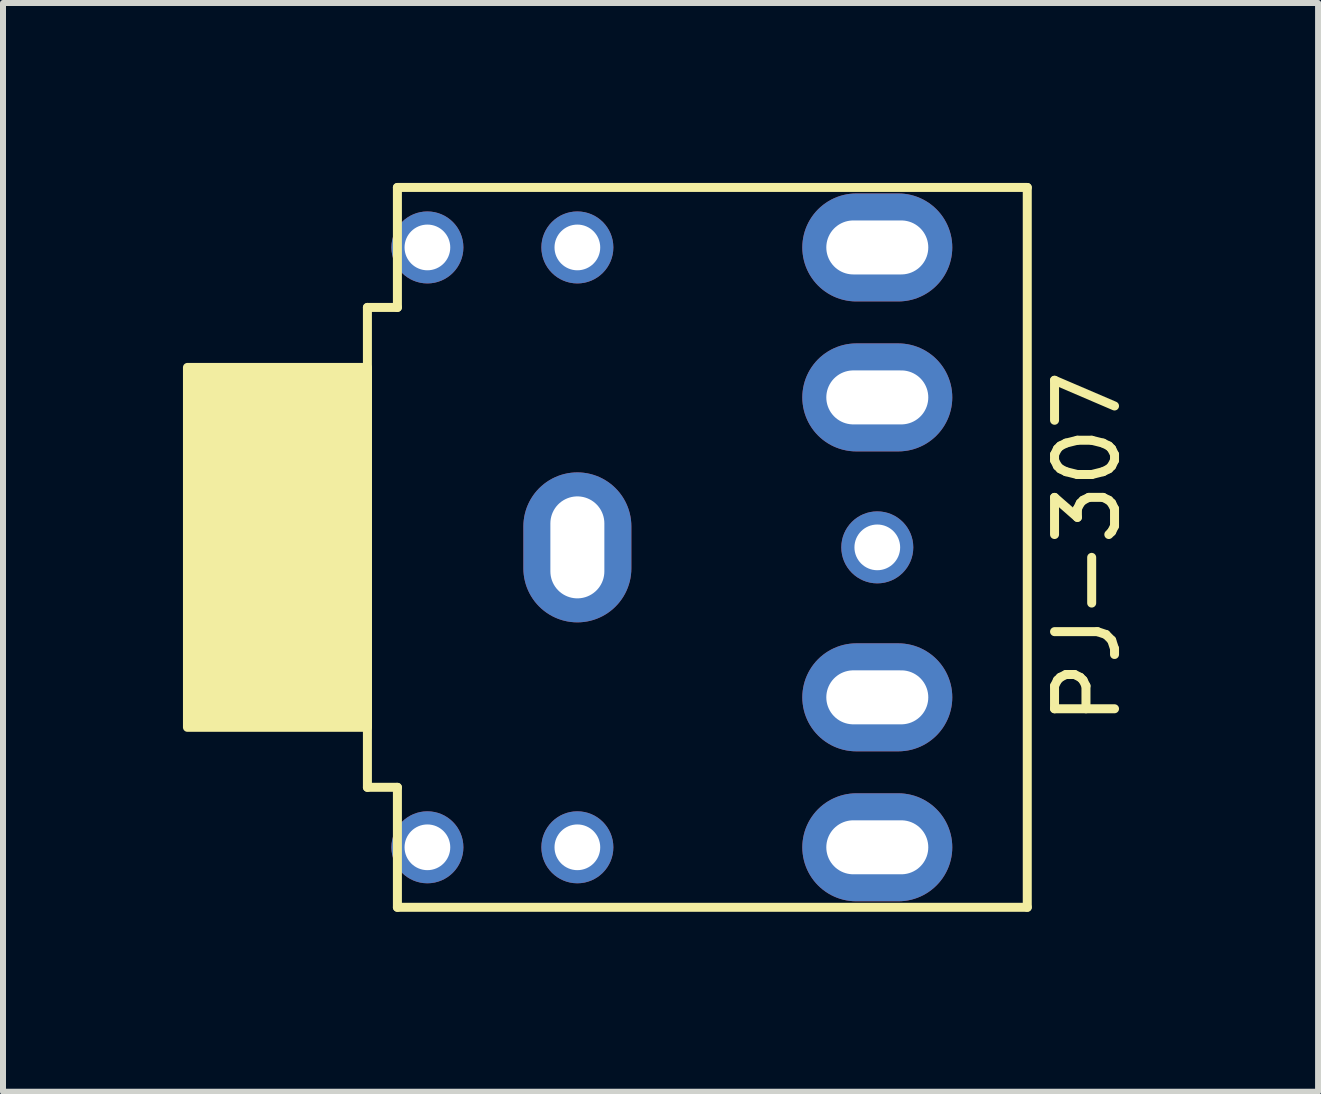
<source format=kicad_pcb>
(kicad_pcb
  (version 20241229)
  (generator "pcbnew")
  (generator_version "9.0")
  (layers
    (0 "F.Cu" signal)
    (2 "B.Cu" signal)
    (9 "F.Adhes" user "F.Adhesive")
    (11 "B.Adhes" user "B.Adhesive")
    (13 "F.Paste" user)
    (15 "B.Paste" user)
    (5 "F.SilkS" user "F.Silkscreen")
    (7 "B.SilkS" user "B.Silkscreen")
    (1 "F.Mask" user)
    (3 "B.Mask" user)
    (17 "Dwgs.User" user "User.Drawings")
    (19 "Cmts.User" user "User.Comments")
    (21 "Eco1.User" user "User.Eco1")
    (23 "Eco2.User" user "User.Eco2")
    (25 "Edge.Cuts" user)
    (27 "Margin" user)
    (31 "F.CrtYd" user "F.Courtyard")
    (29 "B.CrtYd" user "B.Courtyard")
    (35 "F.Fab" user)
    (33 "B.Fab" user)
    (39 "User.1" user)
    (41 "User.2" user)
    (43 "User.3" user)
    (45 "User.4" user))
  (footprint "PJ-307"
    (layer "F.Cu")
    (at 9.575 6.075)
    (property "Reference" "PJ-307" (at 5.5 0 270) (layer "F.SilkS") (effects (font (size 1 1) (thickness 0.15))))
    (attr through_hole)
    (fp_line (start -6.5 4) (end -6.5 -4) (stroke (width 0.15) (type solid)) (layer "F.SilkS"))
    (fp_line (start -6 -6) (end -6 -4) (stroke (width 0.15) (type solid)) (layer "F.SilkS"))
    (fp_line (start -6 -6) (end 4.5 -6) (stroke (width 0.15) (type solid)) (layer "F.SilkS"))
    (fp_line (start -6 -4) (end -6.5 -4) (stroke (width 0.15) (type solid)) (layer "F.SilkS"))
    (fp_line (start -6 4) (end -6.5 4) (stroke (width 0.15) (type solid)) (layer "F.SilkS"))
    (fp_line (start -6 6) (end -6 4) (stroke (width 0.15) (type solid)) (layer "F.SilkS"))
    (fp_line (start 4.5 -6) (end 4.5 6) (stroke (width 0.15) (type solid)) (layer "F.SilkS"))
    (fp_line (start 4.5 6) (end -6 6) (stroke (width 0.15) (type solid)) (layer "F.SilkS"))
    (fp_poly (pts (xy -6.5 -3) (xy -6.5 3) (xy -9.5 3) (xy -9.5 -3)) (stroke (width 0.15) (type solid)) (fill yes) (layer "F.SilkS"))
    (pad "" np_thru_hole circle (at -5.5 -5) (size 1.2 1.2) (drill 0.762) (layers "*.Cu" "*.Mask"))
    (pad "" np_thru_hole circle (at -5.5 5) (size 1.2 1.2) (drill 0.762) (layers "*.Cu" "*.Mask"))
    (pad "" np_thru_hole circle (at -3 -5) (size 1.2 1.2) (drill 0.762) (layers "*.Cu" "*.Mask"))
    (pad "" np_thru_hole circle (at -3 5) (size 1.2 1.2) (drill 0.762) (layers "*.Cu" "*.Mask"))
    (pad "" np_thru_hole circle (at 2 0) (size 1.2 1.2) (drill 0.762) (layers "*.Cu" "*.Mask"))
    (pad "R" thru_hole oval (at 2 -5) (size 2.5 1.8) (drill oval 1.7 0.9) (layers "*.Cu" "*.Mask"))
    (pad "RN" thru_hole oval (at 2 -2.5) (size 2.5 1.8) (drill oval 1.7 0.9) (layers "*.Cu" "*.Mask"))
    (pad "S" thru_hole oval (at -3 0 90) (size 2.5 1.8) (drill oval 1.7 0.9) (layers "*.Cu" "*.Mask"))
    (pad "T" thru_hole oval (at 2 5) (size 2.5 1.8) (drill oval 1.7 0.9) (layers "*.Cu" "*.Mask"))
    (pad "TN" thru_hole oval (at 2 2.5) (size 2.5 1.8) (drill oval 1.7 0.9) (layers "*.Cu" "*.Mask")))
  (gr_rect
    (start -3 -3)
    (end 18.923 15.15)
    (stroke (width 0.1) (type default))
    (fill no)
    (layer "Edge.Cuts")))
</source>
